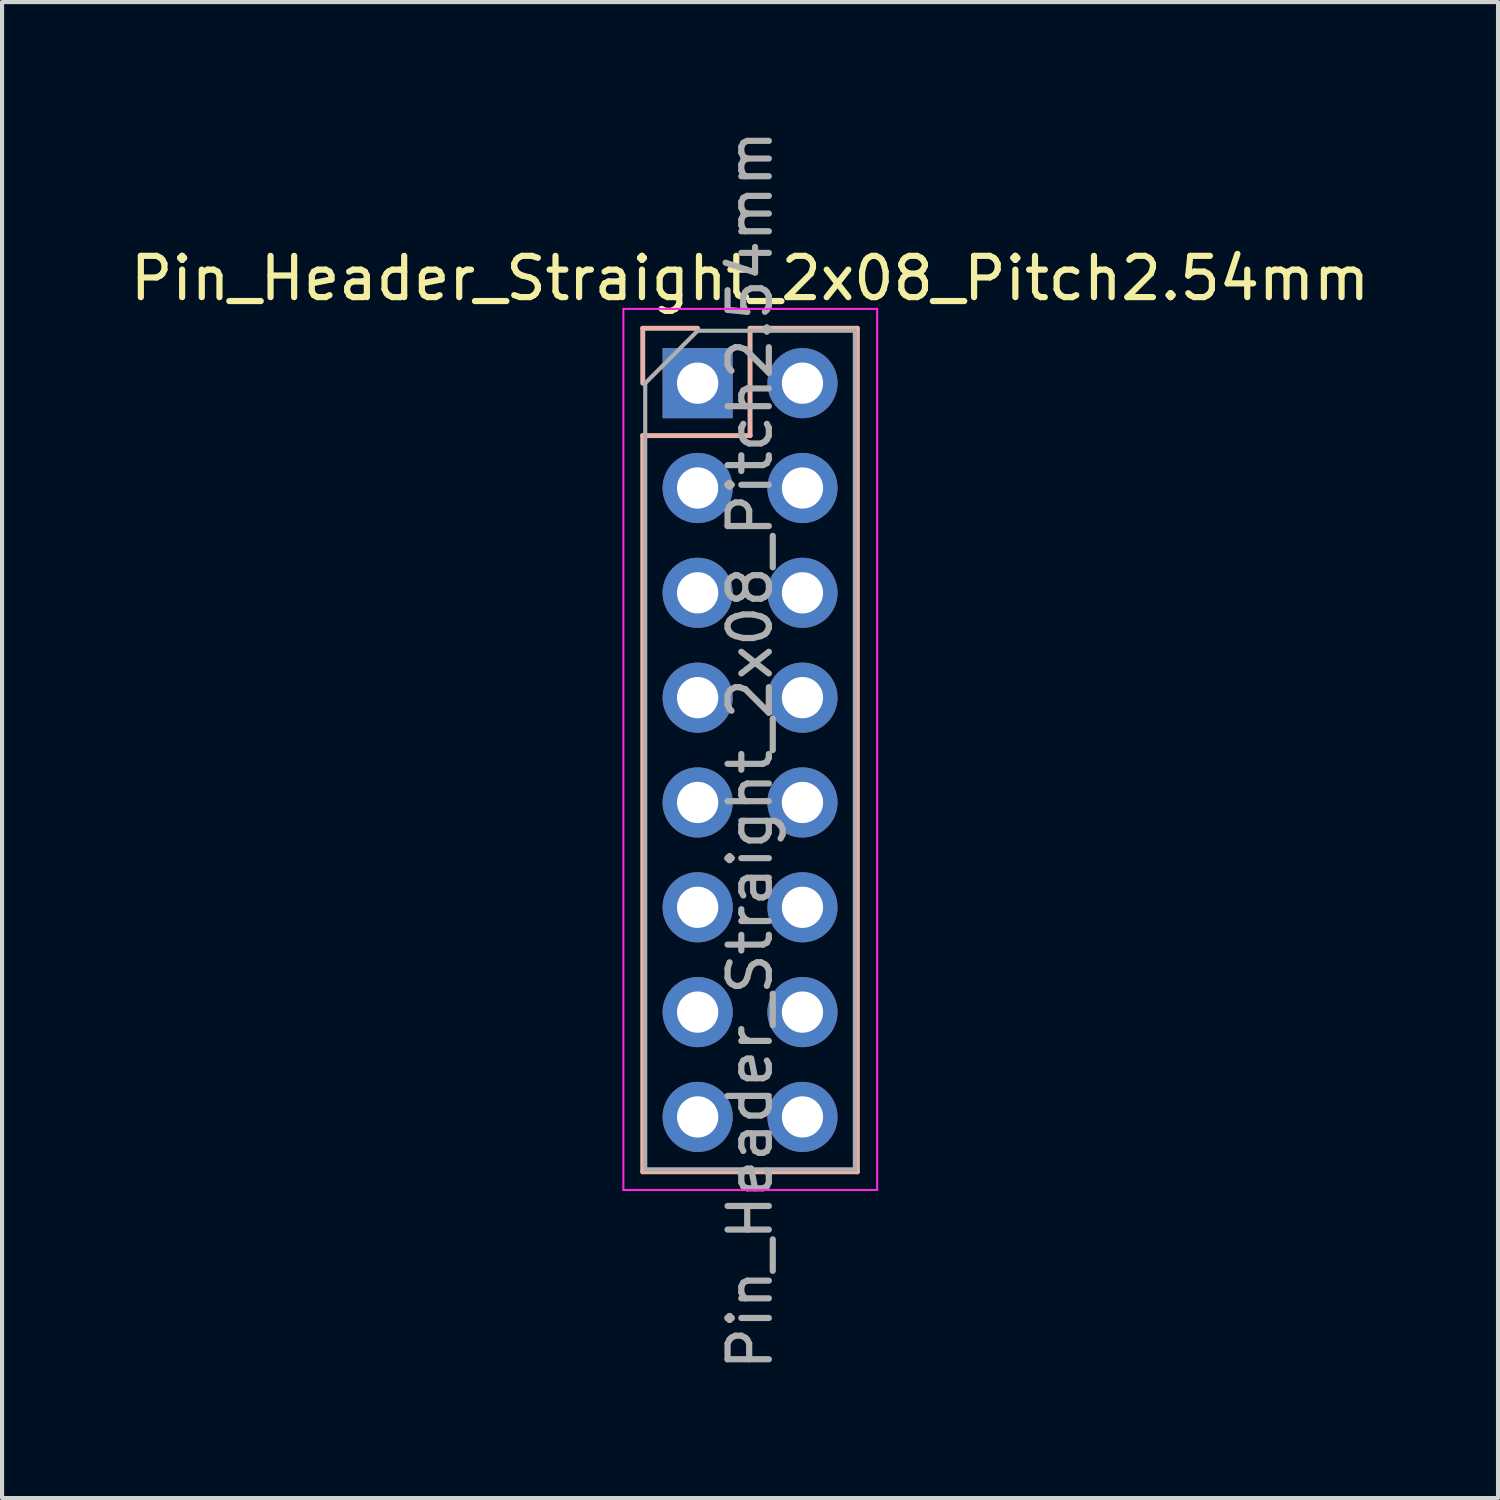
<source format=kicad_pcb>
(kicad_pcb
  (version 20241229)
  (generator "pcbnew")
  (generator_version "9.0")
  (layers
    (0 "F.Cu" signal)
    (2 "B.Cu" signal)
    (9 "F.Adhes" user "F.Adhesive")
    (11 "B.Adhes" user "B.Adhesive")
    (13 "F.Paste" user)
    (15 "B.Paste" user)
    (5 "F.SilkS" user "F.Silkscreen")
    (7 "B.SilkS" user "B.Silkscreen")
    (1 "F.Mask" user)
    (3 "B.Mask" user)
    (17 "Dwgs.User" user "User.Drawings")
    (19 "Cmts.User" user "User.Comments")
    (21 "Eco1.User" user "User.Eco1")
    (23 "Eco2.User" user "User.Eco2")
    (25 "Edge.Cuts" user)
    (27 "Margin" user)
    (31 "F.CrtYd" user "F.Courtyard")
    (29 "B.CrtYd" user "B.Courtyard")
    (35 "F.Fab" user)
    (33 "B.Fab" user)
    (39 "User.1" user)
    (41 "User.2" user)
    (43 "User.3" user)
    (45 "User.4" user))
  (footprint "Pin_Header_Straight_2x08_Pitch2.54mm"
    (layer "F.Cu")
    (at 13.855 6.235)
    (property "Reference" "Pin_Header_Straight_2x08_Pitch2.54mm" (at 1.27 -2.54 0) (layer "F.SilkS") (effects (font (size 1 1) (thickness 0.15))))
    (attr through_hole)
    (fp_line (start -1.33 -1.33) (end 0 -1.33) (stroke (width 0.12) (type solid)) (layer "B.SilkS"))
    (fp_line (start -1.33 0) (end -1.33 -1.33) (stroke (width 0.12) (type solid)) (layer "B.SilkS"))
    (fp_line (start -1.33 1.27) (end -1.33 19.11) (stroke (width 0.12) (type solid)) (layer "B.SilkS"))
    (fp_line (start -1.33 1.27) (end 1.27 1.27) (stroke (width 0.12) (type solid)) (layer "B.SilkS"))
    (fp_line (start -1.33 19.11) (end 3.87 19.11) (stroke (width 0.12) (type solid)) (layer "B.SilkS"))
    (fp_line (start 1.27 -1.33) (end 3.87 -1.33) (stroke (width 0.12) (type solid)) (layer "B.SilkS"))
    (fp_line (start 1.27 1.27) (end 1.27 -1.33) (stroke (width 0.12) (type solid)) (layer "B.SilkS"))
    (fp_line (start 3.87 -1.33) (end 3.87 19.11) (stroke (width 0.12) (type solid)) (layer "B.SilkS"))
    (fp_line (start -1.8 -1.8) (end -1.8 19.55) (stroke (width 0.05) (type solid)) (layer "F.CrtYd"))
    (fp_line (start -1.8 19.55) (end 4.35 19.55) (stroke (width 0.05) (type solid)) (layer "F.CrtYd"))
    (fp_line (start 4.35 -1.8) (end -1.8 -1.8) (stroke (width 0.05) (type solid)) (layer "F.CrtYd"))
    (fp_line (start 4.35 19.55) (end 4.35 -1.8) (stroke (width 0.05) (type solid)) (layer "F.CrtYd"))
    (fp_line (start -1.27 0) (end 0 -1.27) (stroke (width 0.1) (type solid)) (layer "F.Fab"))
    (fp_line (start -1.27 19.05) (end -1.27 0) (stroke (width 0.1) (type solid)) (layer "F.Fab"))
    (fp_line (start 0 -1.27) (end 3.81 -1.27) (stroke (width 0.1) (type solid)) (layer "F.Fab"))
    (fp_line (start 3.81 -1.27) (end 3.81 19.05) (stroke (width 0.1) (type solid)) (layer "F.Fab"))
    (fp_line (start 3.81 19.05) (end -1.27 19.05) (stroke (width 0.1) (type solid)) (layer "F.Fab"))
    (fp_text user "${REFERENCE}" (at 1.27 8.89 90) (layer "F.Fab") (effects (font (size 1 1) (thickness 0.15))))
    (pad "1" thru_hole rect (at 0 0) (size 1.7 1.7) (drill 1) (layers "*.Cu" "*.Mask"))
    (pad "2" thru_hole oval (at 2.54 0) (size 1.7 1.7) (drill 1) (layers "*.Cu" "*.Mask"))
    (pad "3" thru_hole oval (at 0 2.54) (size 1.7 1.7) (drill 1) (layers "*.Cu" "*.Mask"))
    (pad "4" thru_hole oval (at 2.54 2.54) (size 1.7 1.7) (drill 1) (layers "*.Cu" "*.Mask"))
    (pad "5" thru_hole oval (at 0 5.08) (size 1.7 1.7) (drill 1) (layers "*.Cu" "*.Mask"))
    (pad "6" thru_hole oval (at 2.54 5.08) (size 1.7 1.7) (drill 1) (layers "*.Cu" "*.Mask"))
    (pad "7" thru_hole oval (at 0 7.62) (size 1.7 1.7) (drill 1) (layers "*.Cu" "*.Mask"))
    (pad "8" thru_hole oval (at 2.54 7.62) (size 1.7 1.7) (drill 1) (layers "*.Cu" "*.Mask"))
    (pad "9" thru_hole oval (at 0 10.16) (size 1.7 1.7) (drill 1) (layers "*.Cu" "*.Mask"))
    (pad "10" thru_hole oval (at 2.54 10.16) (size 1.7 1.7) (drill 1) (layers "*.Cu" "*.Mask"))
    (pad "11" thru_hole oval (at 0 12.7) (size 1.7 1.7) (drill 1) (layers "*.Cu" "*.Mask"))
    (pad "12" thru_hole oval (at 2.54 12.7) (size 1.7 1.7) (drill 1) (layers "*.Cu" "*.Mask"))
    (pad "13" thru_hole oval (at 0 15.24) (size 1.7 1.7) (drill 1) (layers "*.Cu" "*.Mask"))
    (pad "14" thru_hole oval (at 2.54 15.24) (size 1.7 1.7) (drill 1) (layers "*.Cu" "*.Mask"))
    (pad "15" thru_hole oval (at 0 17.78) (size 1.7 1.7) (drill 1) (layers "*.Cu" "*.Mask"))
    (pad "16" thru_hole oval (at 2.54 17.78) (size 1.7 1.7) (drill 1) (layers "*.Cu" "*.Mask")))
  (gr_rect
    (start -3 -3)
    (end 33.25 33.25)
    (stroke (width 0.1) (type default))
    (fill no)
    (layer "Edge.Cuts")))
</source>
